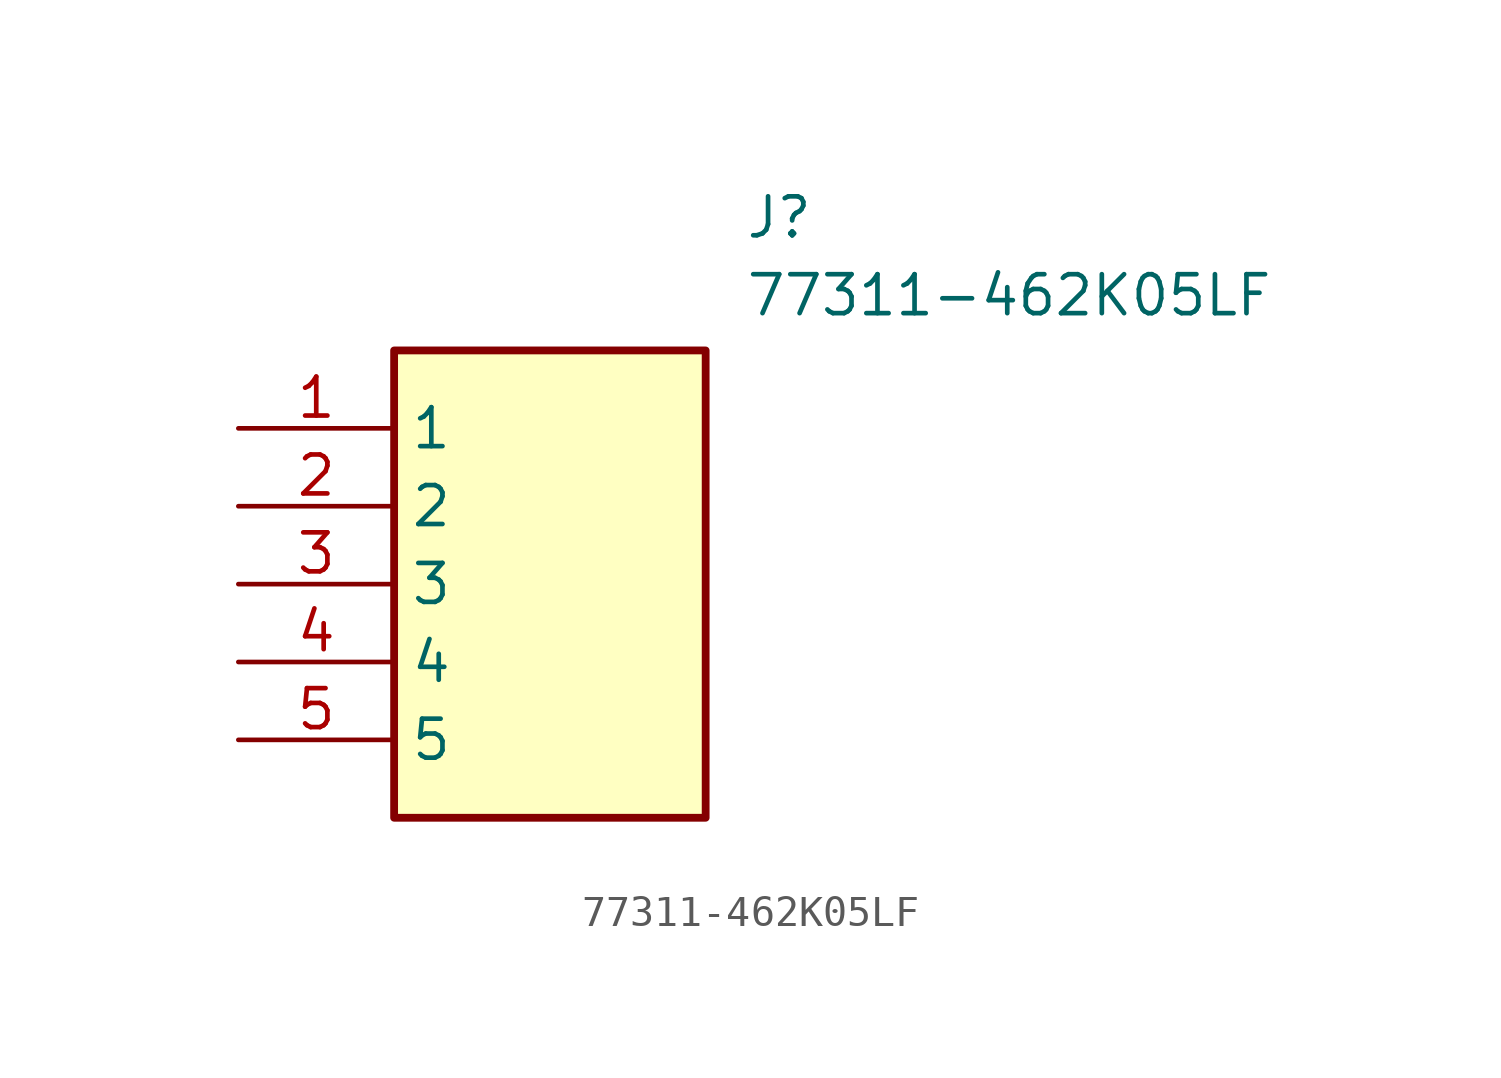
<source format=kicad_sym>
(kicad_symbol_lib
  (version 20211014)
  (generator SamacSys_ECAD_Model)
  (symbol "77311-462K05LF"
    (property "Reference" "J"
      (at 16.51 7.62 0)
      (effects (font (size 1.27 1.27)) (justify left top)))
    (property "Value" "77311-462K05LF"
      (at 16.51 5.08 0)
      (effects (font (size 1.27 1.27)) (justify left top)))
    (rectangle
      (start 5.08 2.54)
      (end 15.24 -12.7)
      (stroke (width 0.254) (type default))
      (fill (type background)))
    (pin passive line
      (at 0 0 0)
      (length 5.08)
      (name "1" (effects (font (size 1.27 1.27))))
      (number "1" (effects (font (size 1.27 1.27)))))
    (pin passive line
      (at 0 -2.54 0)
      (length 5.08)
      (name "2" (effects (font (size 1.27 1.27))))
      (number "2" (effects (font (size 1.27 1.27)))))
    (pin passive line
      (at 0 -5.08 0)
      (length 5.08)
      (name "3" (effects (font (size 1.27 1.27))))
      (number "3" (effects (font (size 1.27 1.27)))))
    (pin passive line
      (at 0 -7.62 0)
      (length 5.08)
      (name "4" (effects (font (size 1.27 1.27))))
      (number "4" (effects (font (size 1.27 1.27)))))
    (pin passive line
      (at 0 -10.16 0)
      (length 5.08)
      (name "5" (effects (font (size 1.27 1.27))))
      (number "5" (effects (font (size 1.27 1.27)))))))
</source>
